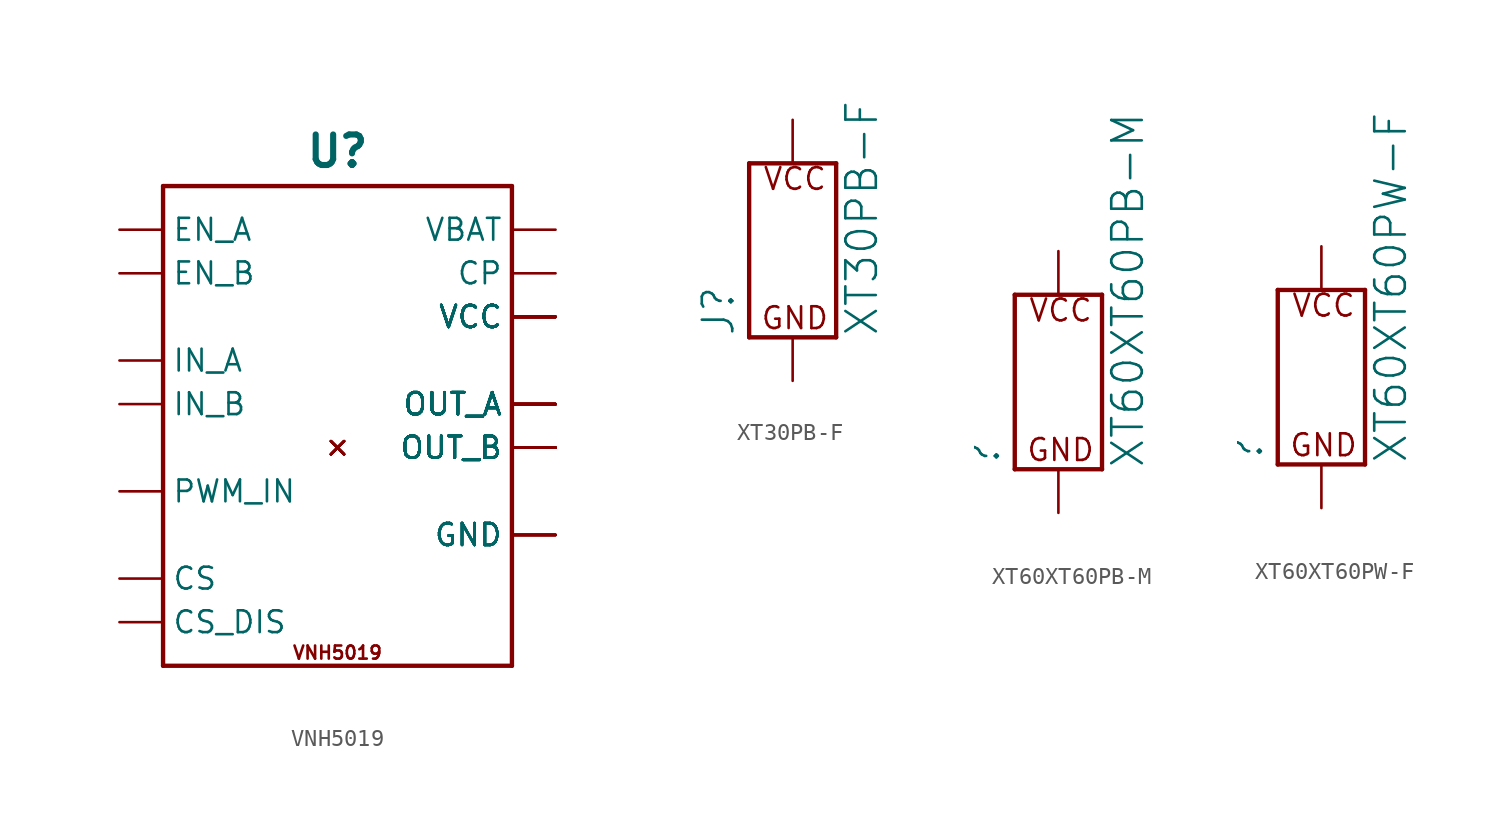
<source format=kicad_sym>
(kicad_symbol_lib
  (version 20211014)
  (generator kicad_symbol_editor)
  (symbol "VNH5019"
    (property "Reference" "U"
      (at 0 17.272 0)
      (effects (font (size 1.778 1.778) bold)))
    (property "ki_locked" ""
      (at 0 0 0)
      (effects (font (size 1.27 1.27))))
    (symbol "VNH5019_1_0"
      (polyline (pts (xy -10.16 -12.7) (xy 10.16 -12.7)) (stroke (width 0.254) (type default) (color 0 0 0 0)) (fill (type none)))
      (polyline (pts (xy -10.16 15.24) (xy -10.16 -12.7)) (stroke (width 0.254) (type default) (color 0 0 0 0)) (fill (type none)))
      (polyline (pts (xy 10.16 -12.7) (xy 10.16 15.24)) (stroke (width 0.254) (type default) (color 0 0 0 0)) (fill (type none)))
      (polyline (pts (xy 10.16 15.24) (xy -10.16 15.24)) (stroke (width 0.254) (type default) (color 0 0 0 0)) (fill (type none)))
      (text "VNH5019" (at 0 -11.938 0) (effects (font (size 0.762 0.762))))
      (pin output line (at 12.7 2.54 180) (length 2.54) (name "OUT_A" (effects (font (size 1.27 1.27)))) (number "P$1" (effects (font (size 0 0)))))
      (pin output line (at 12.7 0 180) (length 2.54) (name "OUT_B" (effects (font (size 1.27 1.27)))) (number "P$10" (effects (font (size 0 0)))))
      (pin output line (at 12.7 0 180) (length 2.54) (name "OUT_B" (effects (font (size 1.27 1.27)))) (number "P$11" (effects (font (size 0 0)))))
      (pin output line (at 12.7 0 180) (length 2.54) (name "OUT_B" (effects (font (size 1.27 1.27)))) (number "P$12" (effects (font (size 0 0)))))
      (pin output line (at 12.7 0 180) (length 2.54) (name "OUT_B" (effects (font (size 1.27 1.27)))) (number "P$13" (effects (font (size 0 0)))))
      (pin output line (at 12.7 0 180) (length 2.54) (name "OUT_B" (effects (font (size 1.27 1.27)))) (number "P$14" (effects (font (size 0 0)))))
      (pin output line (at 12.7 0 180) (length 2.54) (name "OUT_B" (effects (font (size 1.27 1.27)))) (number "P$15" (effects (font (size 0 0)))))
      (pin output line (at 12.7 0 180) (length 2.54) (name "OUT_B" (effects (font (size 1.27 1.27)))) (number "P$16" (effects (font (size 0 0)))))
      (pin output line (at 12.7 0 180) (length 2.54) (name "OUT_B" (effects (font (size 1.27 1.27)))) (number "P$17" (effects (font (size 0 0)))))
      (pin output line (at 12.7 0 180) (length 2.54) (name "OUT_B" (effects (font (size 1.27 1.27)))) (number "P$18" (effects (font (size 0 0)))))
      (pin power_in line (at 12.7 7.62 180) (length 2.54) (name "VCC" (effects (font (size 1.27 1.27)))) (number "P$19" (effects (font (size 0 0)))))
      (pin output line (at 12.7 2.54 180) (length 2.54) (name "OUT_A" (effects (font (size 1.27 1.27)))) (number "P$2" (effects (font (size 0 0)))))
      (pin power_in line (at 12.7 7.62 180) (length 2.54) (name "VCC" (effects (font (size 1.27 1.27)))) (number "P$20" (effects (font (size 0 0)))))
      (pin power_in line (at 12.7 7.62 180) (length 2.54) (name "VCC" (effects (font (size 1.27 1.27)))) (number "P$21" (effects (font (size 0 0)))))
      (pin power_in line (at 12.7 7.62 180) (length 2.54) (name "VCC" (effects (font (size 1.27 1.27)))) (number "P$22" (effects (font (size 0 0)))))
      (pin power_in line (at 12.7 7.62 180) (length 2.54) (name "VCC" (effects (font (size 1.27 1.27)))) (number "P$23" (effects (font (size 0 0)))))
      (pin power_in line (at 12.7 7.62 180) (length 2.54) (name "VCC" (effects (font (size 1.27 1.27)))) (number "P$24" (effects (font (size 0 0)))))
      (pin power_in line (at 12.7 7.62 180) (length 2.54) (name "VCC" (effects (font (size 1.27 1.27)))) (number "P$25" (effects (font (size 0 0)))))
      (pin power_in line (at 12.7 7.62 180) (length 2.54) (name "VCC" (effects (font (size 1.27 1.27)))) (number "P$26" (effects (font (size 0 0)))))
      (pin power_in line (at 12.7 7.62 180) (length 2.54) (name "VCC" (effects (font (size 1.27 1.27)))) (number "P$27" (effects (font (size 0 0)))))
      (pin power_in line (at 12.7 7.62 180) (length 2.54) (name "VCC" (effects (font (size 1.27 1.27)))) (number "P$28" (effects (font (size 0 0)))))
      (pin output line (at 12.7 2.54 180) (length 2.54) (name "OUT_A" (effects (font (size 1.27 1.27)))) (number "P$3" (effects (font (size 0 0)))))
      (pin output line (at 12.7 2.54 180) (length 2.54) (name "OUT_A" (effects (font (size 1.27 1.27)))) (number "P$4" (effects (font (size 0 0)))))
      (pin output line (at 12.7 2.54 180) (length 2.54) (name "OUT_A" (effects (font (size 1.27 1.27)))) (number "P$5" (effects (font (size 0 0)))))
      (pin output line (at 12.7 2.54 180) (length 2.54) (name "OUT_A" (effects (font (size 1.27 1.27)))) (number "P$6" (effects (font (size 0 0)))))
      (pin output line (at 12.7 2.54 180) (length 2.54) (name "OUT_A" (effects (font (size 1.27 1.27)))) (number "P$7" (effects (font (size 0 0)))))
      (pin output line (at 12.7 2.54 180) (length 2.54) (name "OUT_A" (effects (font (size 1.27 1.27)))) (number "P$8" (effects (font (size 0 0)))))
      (pin output line (at 12.7 2.54 180) (length 2.54) (name "OUT_A" (effects (font (size 1.27 1.27)))) (number "P$9" (effects (font (size 0 0)))))
      (pin output line (at 12.7 2.54 180) (length 2.54) (name "OUT_A" (effects (font (size 1.27 1.27)))) (number "P1" (effects (font (size 0 0)))))
      (pin input line (at -12.7 2.54 0) (length 2.54) (name "IN_B" (effects (font (size 1.27 1.27)))) (number "P10" (effects (font (size 0 0)))))
      (pin output line (at 12.7 10.16 180) (length 2.54) (name "CP" (effects (font (size 1.27 1.27)))) (number "P11" (effects (font (size 0 0)))))
      (pin power_in line (at 12.7 12.7 180) (length 2.54) (name "VBAT" (effects (font (size 1.27 1.27)))) (number "P12" (effects (font (size 0 0)))))
      (pin power_in line (at 12.7 7.62 180) (length 2.54) (name "VCC" (effects (font (size 1.27 1.27)))) (number "P13" (effects (font (size 0 0)))))
      (pin no_connect line (at 0 0 0) (length 0) (name "NC" (effects (font (size 0 0)))) (number "P14" (effects (font (size 0 0)))))
      (pin output line (at 12.7 0 180) (length 2.54) (name "OUT_B" (effects (font (size 1.27 1.27)))) (number "P15" (effects (font (size 0 0)))))
      (pin output line (at 12.7 0 180) (length 2.54) (name "OUT_B" (effects (font (size 1.27 1.27)))) (number "P16" (effects (font (size 0 0)))))
      (pin no_connect line (at 0 0 0) (length 0) (name "NC" (effects (font (size 0 0)))) (number "P17" (effects (font (size 0 0)))))
      (pin output line (at 12.7 -5.08 180) (length 2.54) (name "GND" (effects (font (size 1.27 1.27)))) (number "P18" (effects (font (size 0 0)))))
      (pin output line (at 12.7 -5.08 180) (length 2.54) (name "GND" (effects (font (size 1.27 1.27)))) (number "P19" (effects (font (size 0 0)))))
      (pin no_connect line (at 0 0 0) (length 0) (name "NC" (effects (font (size 0 0)))) (number "P2" (effects (font (size 0 0)))))
      (pin output line (at 12.7 -5.08 180) (length 2.54) (name "GND" (effects (font (size 1.27 1.27)))) (number "P20" (effects (font (size 0 0)))))
      (pin output line (at 12.7 0 180) (length 2.54) (name "OUT_B" (effects (font (size 1.27 1.27)))) (number "P21" (effects (font (size 0 0)))))
      (pin no_connect line (at 0 0 0) (length 0) (name "NC" (effects (font (size 0 0)))) (number "P22" (effects (font (size 0 0)))))
      (pin power_in line (at 12.7 7.62 180) (length 2.54) (name "VCC" (effects (font (size 1.27 1.27)))) (number "P23" (effects (font (size 0 0)))))
      (pin no_connect line (at 0 0 0) (length 0) (name "NC" (effects (font (size 0 0)))) (number "P24" (effects (font (size 0 0)))))
      (pin output line (at 12.7 2.54 180) (length 2.54) (name "OUT_A" (effects (font (size 1.27 1.27)))) (number "P25" (effects (font (size 0 0)))))
      (pin output line (at 12.7 -5.08 180) (length 2.54) (name "GND" (effects (font (size 1.27 1.27)))) (number "P26" (effects (font (size 0 0)))))
      (pin output line (at 12.7 -5.08 180) (length 2.54) (name "GND" (effects (font (size 1.27 1.27)))) (number "P27" (effects (font (size 0 0)))))
      (pin output line (at 12.7 -5.08 180) (length 2.54) (name "GND" (effects (font (size 1.27 1.27)))) (number "P28" (effects (font (size 0 0)))))
      (pin no_connect line (at 0 0 0) (length 0) (name "NC" (effects (font (size 0 0)))) (number "P29" (effects (font (size 0 0)))))
      (pin power_in line (at 12.7 7.62 180) (length 2.54) (name "VCC" (effects (font (size 1.27 1.27)))) (number "P3" (effects (font (size 0 0)))))
      (pin output line (at 12.7 2.54 180) (length 2.54) (name "OUT_A" (effects (font (size 1.27 1.27)))) (number "P30" (effects (font (size 0 0)))))
      (pin input line (at -12.7 5.08 0) (length 2.54) (name "IN_A" (effects (font (size 1.27 1.27)))) (number "P4" (effects (font (size 0 0)))))
      (pin bidirectional line (at -12.7 12.7 0) (length 2.54) (name "EN_A" (effects (font (size 1.27 1.27)))) (number "P5" (effects (font (size 0 0)))))
      (pin input line (at -12.7 -10.16 0) (length 2.54) (name "CS_DIS" (effects (font (size 1.27 1.27)))) (number "P6" (effects (font (size 0 0)))))
      (pin input line (at -12.7 -2.54 0) (length 2.54) (name "PWM_IN" (effects (font (size 1.27 1.27)))) (number "P7" (effects (font (size 0 0)))))
      (pin output line (at -12.7 -7.62 0) (length 2.54) (name "CS" (effects (font (size 1.27 1.27)))) (number "P8" (effects (font (size 0 0)))))
      (pin bidirectional line (at -12.7 10.16 0) (length 2.54) (name "EN_B" (effects (font (size 1.27 1.27)))) (number "P9" (effects (font (size 0 0)))))
      (pin power_in line (at 12.7 7.62 180) (length 2.54) (name "VCC" (effects (font (size 1.27 1.27)))) (number "SLUG1" (effects (font (size 0 0)))))
      (pin output line (at 12.7 2.54 180) (length 2.54) (name "OUT_A" (effects (font (size 1.27 1.27)))) (number "SLUG2" (effects (font (size 0 0)))))
      (pin output line (at 12.7 0 180) (length 2.54) (name "OUT_B" (effects (font (size 1.27 1.27)))) (number "SLUG3" (effects (font (size 0 0)))))))
  (symbol "XT30PB-F"
    (property "Reference" "J"
      (at -3.302 -5.08 90)
      (effects (font (size 1.778 1.778)) (justify left bottom)))
    (property "Value" "XT30PB-F"
      (at 5.08 -5.08 90)
      (effects (font (size 1.778 1.778)) (justify left bottom)))
    (property "ki_locked" ""
      (at 0 0 0)
      (effects (font (size 1.27 1.27))))
    (symbol "XT30PB-F_1_0"
      (polyline (pts (xy -2.54 -5.08) (xy -2.54 5.08)) (stroke (width 0.254) (type default) (color 0 0 0 0)) (fill (type none)))
      (polyline (pts (xy -2.54 5.08) (xy 2.54 5.08)) (stroke (width 0.254) (type default) (color 0 0 0 0)) (fill (type none)))
      (polyline (pts (xy 2.54 -5.08) (xy -2.54 -5.08)) (stroke (width 0.254) (type default) (color 0 0 0 0)) (fill (type none)))
      (polyline (pts (xy 2.54 5.08) (xy 2.54 -5.08)) (stroke (width 0.254) (type default) (color 0 0 0 0)) (fill (type none)))
      (text "GND" (at 0.127 -4.699 0) (effects (font (size 1.27 1.27)) (justify bottom)))
      (text "VCC" (at 0.127 3.429 0) (effects (font (size 1.27 1.27)) (justify bottom)))
      (pin power_in line (at 0 7.62 270) (length 2.54) (name "V+" (effects (font (size 0 0)))) (number "+" (effects (font (size 0 0)))))
      (pin bidirectional line (at 0 -7.62 90) (length 2.54) (name "V-" (effects (font (size 0 0)))) (number "-" (effects (font (size 0 0)))))))
  (symbol "XT60XT60PB-M"
    (property "Reference" ""
      (at -3.302 -5.08 90)
      (effects (font (size 1.778 1.778)) (justify left bottom)))
    (property "Value" "XT60XT60PB-M"
      (at 5.08 -5.08 90)
      (effects (font (size 1.778 1.778)) (justify left bottom)))
    (property "ki_locked" ""
      (at 0 0 0)
      (effects (font (size 1.27 1.27))))
    (symbol "XT60XT60PB-M_1_0"
      (polyline (pts (xy -2.54 -5.08) (xy -2.54 5.08)) (stroke (width 0.254) (type default) (color 0 0 0 0)) (fill (type none)))
      (polyline (pts (xy -2.54 5.08) (xy 2.54 5.08)) (stroke (width 0.254) (type default) (color 0 0 0 0)) (fill (type none)))
      (polyline (pts (xy 2.54 -5.08) (xy -2.54 -5.08)) (stroke (width 0.254) (type default) (color 0 0 0 0)) (fill (type none)))
      (polyline (pts (xy 2.54 5.08) (xy 2.54 -5.08)) (stroke (width 0.254) (type default) (color 0 0 0 0)) (fill (type none)))
      (text "GND" (at 0.127 -4.699 0) (effects (font (size 1.27 1.27)) (justify bottom)))
      (text "VCC" (at 0.127 3.429 0) (effects (font (size 1.27 1.27)) (justify bottom)))
      (pin power_in line (at 0 7.62 270) (length 2.54) (name "V+" (effects (font (size 0 0)))) (number "+" (effects (font (size 0 0)))))
      (pin bidirectional line (at 0 -7.62 90) (length 2.54) (name "V-" (effects (font (size 0 0)))) (number "-" (effects (font (size 0 0)))))))
  (symbol "XT60XT60PW-F"
    (property "Reference" ""
      (at -3.302 -5.08 90)
      (effects (font (size 1.778 1.778)) (justify left bottom)))
    (property "Value" "XT60XT60PW-F"
      (at 5.08 -5.08 90)
      (effects (font (size 1.778 1.778)) (justify left bottom)))
    (property "ki_locked" ""
      (at 0 0 0)
      (effects (font (size 1.27 1.27))))
    (symbol "XT60XT60PW-F_1_0"
      (polyline (pts (xy -2.54 -5.08) (xy -2.54 5.08)) (stroke (width 0.254) (type default) (color 0 0 0 0)) (fill (type none)))
      (polyline (pts (xy -2.54 5.08) (xy 2.54 5.08)) (stroke (width 0.254) (type default) (color 0 0 0 0)) (fill (type none)))
      (polyline (pts (xy 2.54 -5.08) (xy -2.54 -5.08)) (stroke (width 0.254) (type default) (color 0 0 0 0)) (fill (type none)))
      (polyline (pts (xy 2.54 5.08) (xy 2.54 -5.08)) (stroke (width 0.254) (type default) (color 0 0 0 0)) (fill (type none)))
      (text "GND" (at 0.127 -4.699 0) (effects (font (size 1.27 1.27)) (justify bottom)))
      (text "VCC" (at 0.127 3.429 0) (effects (font (size 1.27 1.27)) (justify bottom)))
      (pin power_in line (at 0 7.62 270) (length 2.54) (name "V+" (effects (font (size 0 0)))) (number "+" (effects (font (size 0 0)))))
      (pin bidirectional line (at 0 -7.62 90) (length 2.54) (name "V-" (effects (font (size 0 0)))) (number "-" (effects (font (size 0 0))))))))
</source>
